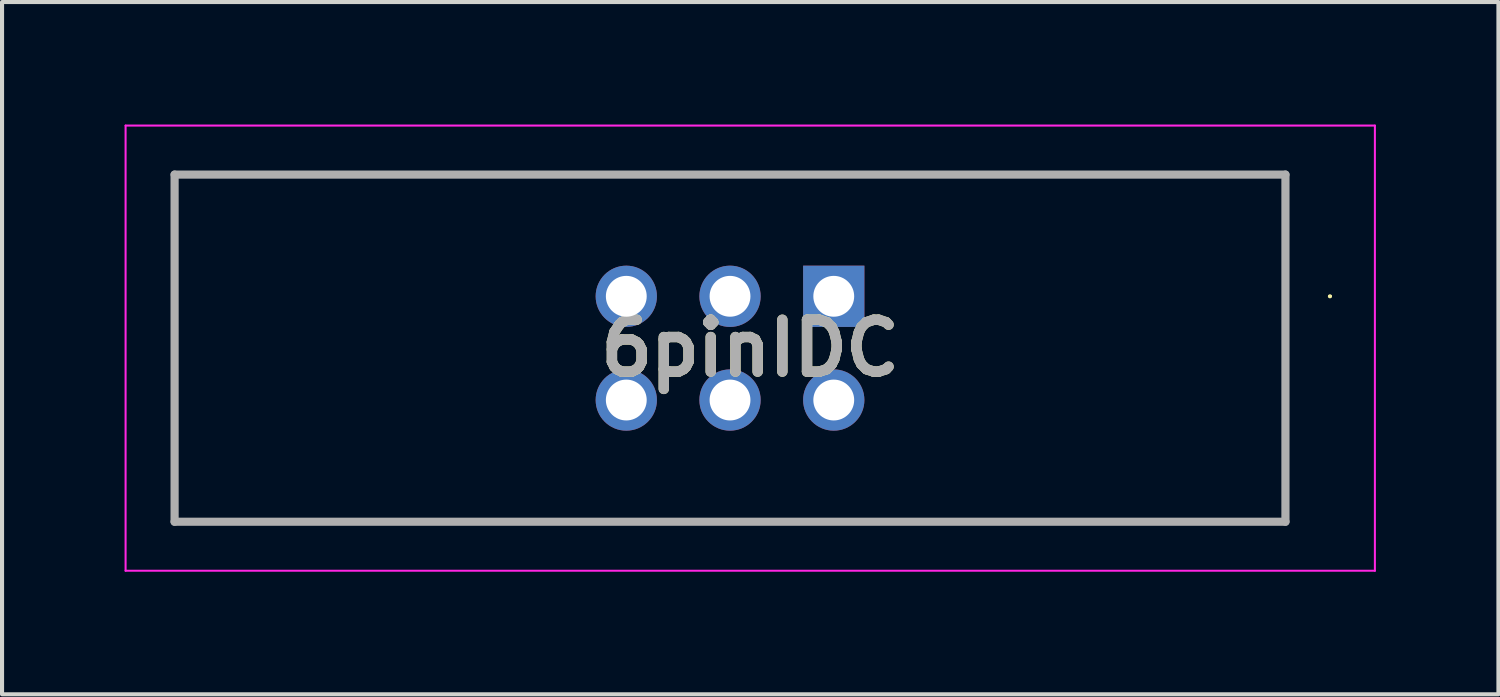
<source format=kicad_pcb>
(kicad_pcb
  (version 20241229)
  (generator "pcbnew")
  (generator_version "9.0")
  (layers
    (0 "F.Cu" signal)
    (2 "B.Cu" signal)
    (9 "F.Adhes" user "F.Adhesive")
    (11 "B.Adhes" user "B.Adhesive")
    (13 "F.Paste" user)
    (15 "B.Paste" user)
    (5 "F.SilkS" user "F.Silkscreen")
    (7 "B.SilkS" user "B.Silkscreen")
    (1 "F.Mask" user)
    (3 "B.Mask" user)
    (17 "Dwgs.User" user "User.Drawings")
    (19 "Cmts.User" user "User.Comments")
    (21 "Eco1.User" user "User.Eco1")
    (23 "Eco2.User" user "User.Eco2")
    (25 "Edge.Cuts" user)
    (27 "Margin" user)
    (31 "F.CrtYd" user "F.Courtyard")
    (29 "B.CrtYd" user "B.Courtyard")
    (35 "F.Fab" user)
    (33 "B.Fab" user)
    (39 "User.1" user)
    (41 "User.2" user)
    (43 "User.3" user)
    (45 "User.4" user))
  (footprint "6pinIDC"
    (layer "F.Cu")
    (at 17.365 4.205)
    (property "Reference" "6pinIDC" (at -2.045 1.27 0) (layer "F.SilkS") (effects (font (size 1.27 1.27) (thickness 0.254))))
    (attr through_hole)
    (fp_line (start -16.14 -2.98) (end 11.06 -2.98) (stroke (width 0.1) (type solid)) (layer "F.SilkS"))
    (fp_line (start 11.06 5.52) (end -16.14 5.52) (stroke (width 0.1) (type solid)) (layer "F.SilkS"))
    (fp_line (start 12.125 0) (end 12.125 0) (stroke (width 0.05) (type solid)) (layer "F.SilkS"))
    (fp_line (start 12.175 0) (end 12.175 0) (stroke (width 0.05) (type solid)) (layer "F.SilkS"))
    (fp_arc (start 12.125 0) (mid 12.15 -0.025) (end 12.175 0) (stroke (width 0.05) (type solid)) (layer "F.SilkS"))
    (fp_arc (start 12.175 0) (mid 12.15 0.025) (end 12.125 0) (stroke (width 0.05) (type solid)) (layer "F.SilkS"))
    (fp_line (start -17.34 -4.18) (end 13.25 -4.18) (stroke (width 0.05) (type solid)) (layer "F.CrtYd"))
    (fp_line (start -17.34 6.72) (end -17.34 -4.18) (stroke (width 0.05) (type solid)) (layer "F.CrtYd"))
    (fp_line (start 13.25 -4.18) (end 13.25 6.72) (stroke (width 0.05) (type solid)) (layer "F.CrtYd"))
    (fp_line (start 13.25 6.72) (end -17.34 6.72) (stroke (width 0.05) (type solid)) (layer "F.CrtYd"))
    (fp_line (start -16.14 -2.98) (end 11.06 -2.98) (stroke (width 0.2) (type solid)) (layer "F.Fab"))
    (fp_line (start -16.14 5.52) (end -16.14 -2.98) (stroke (width 0.2) (type solid)) (layer "F.Fab"))
    (fp_line (start 11.06 -2.98) (end 11.06 5.52) (stroke (width 0.2) (type solid)) (layer "F.Fab"))
    (fp_line (start 11.06 5.52) (end -16.14 5.52) (stroke (width 0.2) (type solid)) (layer "F.Fab"))
    (fp_text user "${REFERENCE}" (at -2.045 1.27 0) (layer "F.Fab") (effects (font (size 1.27 1.27) (thickness 0.254))))
    (pad "" np_thru_hole circle (at -13.97 1.02) (size 0.001 0.001) (drill 2.8) (layers "*.Cu" "*.Mask"))
    (pad "" np_thru_hole circle (at 8.89 1.02) (size 0.001 0.001) (drill 2.8) (layers "*.Cu" "*.Mask"))
    (pad "1" thru_hole rect (at 0 0) (size 1.5 1.5) (drill 1) (layers "*.Cu" "*.Mask"))
    (pad "2" thru_hole circle (at -2.54 0) (size 1.5 1.5) (drill 1) (layers "*.Cu" "*.Mask"))
    (pad "3" thru_hole circle (at -5.08 0) (size 1.5 1.5) (drill 1) (layers "*.Cu" "*.Mask"))
    (pad "4" thru_hole circle (at 0 2.54) (size 1.5 1.5) (drill 1) (layers "*.Cu" "*.Mask"))
    (pad "5" thru_hole circle (at -2.54 2.54) (size 1.5 1.5) (drill 1) (layers "*.Cu" "*.Mask"))
    (pad "6" thru_hole circle (at -5.08 2.54) (size 1.5 1.5) (drill 1) (layers "*.Cu" "*.Mask")))
  (gr_rect
    (start -3 -3)
    (end 33.64 13.95)
    (stroke (width 0.1) (type default))
    (fill no)
    (layer "Edge.Cuts")))
</source>
